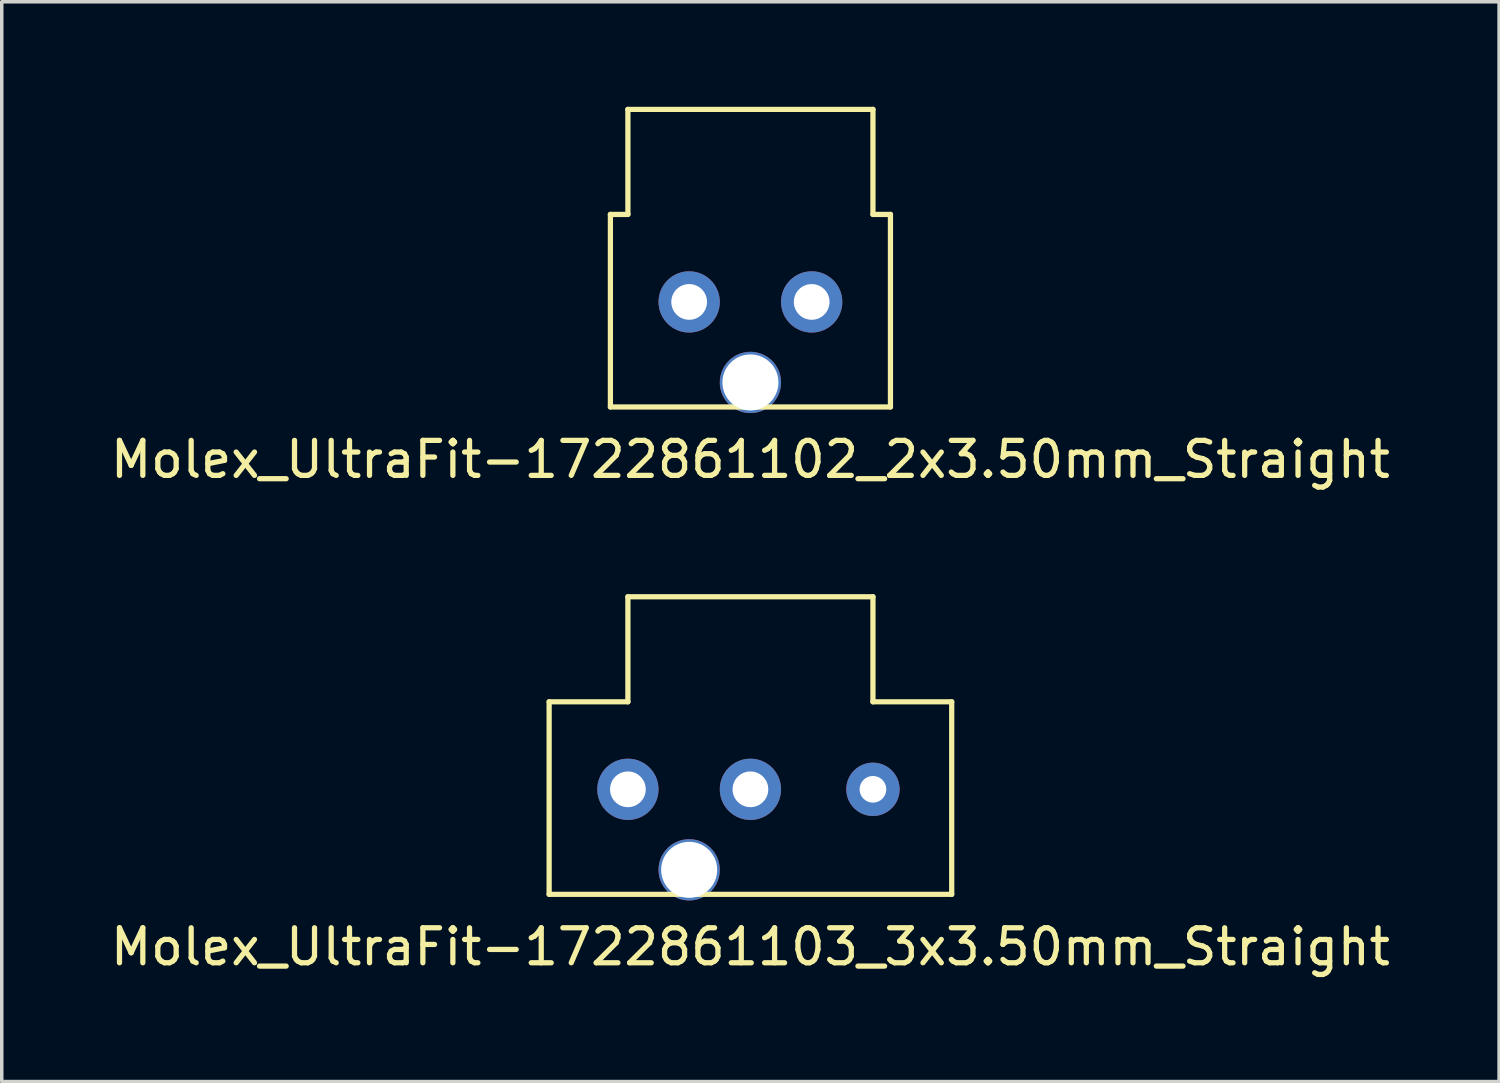
<source format=kicad_pcb>
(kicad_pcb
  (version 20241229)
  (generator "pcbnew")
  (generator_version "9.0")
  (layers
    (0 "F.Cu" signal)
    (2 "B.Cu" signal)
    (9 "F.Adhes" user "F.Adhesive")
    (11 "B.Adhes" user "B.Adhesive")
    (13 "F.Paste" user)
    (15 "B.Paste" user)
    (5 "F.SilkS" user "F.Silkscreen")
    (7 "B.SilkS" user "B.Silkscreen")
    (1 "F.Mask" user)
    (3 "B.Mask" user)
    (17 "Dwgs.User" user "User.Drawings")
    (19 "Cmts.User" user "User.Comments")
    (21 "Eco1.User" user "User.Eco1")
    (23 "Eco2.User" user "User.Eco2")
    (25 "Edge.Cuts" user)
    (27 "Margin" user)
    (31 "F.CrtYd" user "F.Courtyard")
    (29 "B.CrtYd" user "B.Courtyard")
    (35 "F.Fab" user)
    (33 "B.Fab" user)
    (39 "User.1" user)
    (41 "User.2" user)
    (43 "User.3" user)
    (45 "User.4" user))
  (footprint "Molex_UltraFit-1722861102_2x3.50mm_Straight"
    (layer "F.Cu")
    (at 18.387 5.575)
    (property "Reference" "Molex_UltraFit-1722861102_2x3.50mm_Straight" (at 0 4.5 0) (layer "F.SilkS") (effects (font (size 1 1) (thickness 0.15))))
    (attr through_hole)
    (fp_line (start -4 -2.5) (end -4 3) (stroke (width 0.15) (type solid)) (layer "F.SilkS"))
    (fp_line (start -4 3) (end 4 3) (stroke (width 0.15) (type solid)) (layer "F.SilkS"))
    (fp_line (start -3.5 -5.5) (end -3.5 -2.5) (stroke (width 0.15) (type solid)) (layer "F.SilkS"))
    (fp_line (start -3.5 -2.5) (end -4 -2.5) (stroke (width 0.15) (type solid)) (layer "F.SilkS"))
    (fp_line (start 3.5 -5.5) (end -3.5 -5.5) (stroke (width 0.15) (type solid)) (layer "F.SilkS"))
    (fp_line (start 3.5 -2.5) (end 3.5 -5.5) (stroke (width 0.15) (type solid)) (layer "F.SilkS"))
    (fp_line (start 4 -2.5) (end 3.5 -2.5) (stroke (width 0.15) (type solid)) (layer "F.SilkS"))
    (fp_line (start 4 3) (end 4 -2.5) (stroke (width 0.15) (type solid)) (layer "F.SilkS"))
    (pad "" np_thru_hole circle (at 0 2.3) (size 1.75 1.75) (drill 1.6) (layers "*.Cu" "*.Mask"))
    (pad "1" thru_hole circle (at -1.75 0) (size 1.75 1.75) (drill 1.02) (layers "*.Cu" "*.Mask"))
    (pad "2" thru_hole circle (at 1.75 0) (size 1.75 1.75) (drill 1.02) (layers "*.Cu" "*.Mask")))
  (footprint "Molex_UltraFit-1722861103_3x3.50mm_Straight"
    (layer "F.Cu")
    (at 18.387 19.498)
    (property "Reference" "Molex_UltraFit-1722861103_3x3.50mm_Straight" (at 0 4.5 0) (layer "F.SilkS") (effects (font (size 1 1) (thickness 0.15))))
    (attr through_hole)
    (fp_line (start -5.75 -2.5) (end -5.75 3) (stroke (width 0.15) (type solid)) (layer "F.SilkS"))
    (fp_line (start -5.75 3) (end 5.75 3) (stroke (width 0.15) (type solid)) (layer "F.SilkS"))
    (fp_line (start -3.5 -5.5) (end -3.5 -2.5) (stroke (width 0.15) (type solid)) (layer "F.SilkS"))
    (fp_line (start -3.5 -2.5) (end -5.75 -2.5) (stroke (width 0.15) (type solid)) (layer "F.SilkS"))
    (fp_line (start 3.5 -5.5) (end -3.5 -5.5) (stroke (width 0.15) (type solid)) (layer "F.SilkS"))
    (fp_line (start 3.5 -2.5) (end 3.5 -5.5) (stroke (width 0.15) (type solid)) (layer "F.SilkS"))
    (fp_line (start 5.75 -2.5) (end 3.5 -2.5) (stroke (width 0.15) (type solid)) (layer "F.SilkS"))
    (fp_line (start 5.75 3) (end 5.75 -2.5) (stroke (width 0.15) (type solid)) (layer "F.SilkS"))
    (pad "" np_thru_hole circle (at -1.75 2.3) (size 1.75 1.75) (drill 1.6) (layers "*.Cu" "*.Mask"))
    (pad "1" thru_hole circle (at -3.5 0) (size 1.75 1.75) (drill 1.02) (layers "*.Cu" "*.Mask"))
    (pad "2" thru_hole circle (at 0 0) (size 1.75 1.75) (drill 1.02) (layers "*.Cu" "*.Mask"))
    (pad "3" thru_hole circle (at 3.5 0) (size 1.524 1.524) (drill 0.762) (layers "*.Cu" "*.Mask")))
  (gr_rect
    (start -3 -3)
    (end 39.774 27.846)
    (stroke (width 0.1) (type default))
    (fill no)
    (layer "Edge.Cuts")))
</source>
